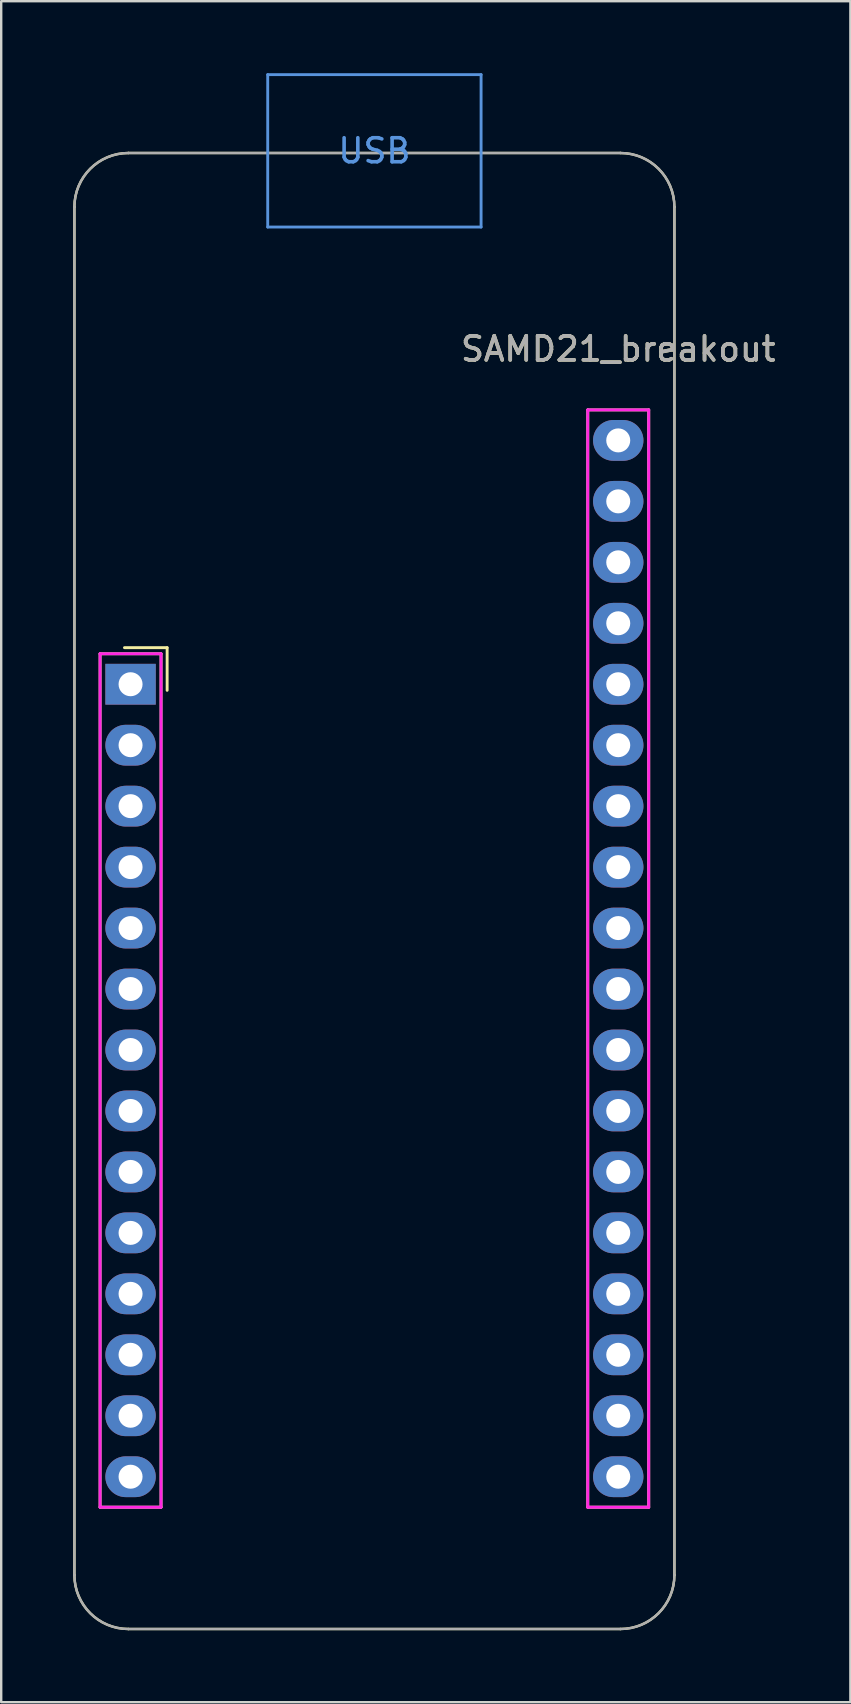
<source format=kicad_pcb>
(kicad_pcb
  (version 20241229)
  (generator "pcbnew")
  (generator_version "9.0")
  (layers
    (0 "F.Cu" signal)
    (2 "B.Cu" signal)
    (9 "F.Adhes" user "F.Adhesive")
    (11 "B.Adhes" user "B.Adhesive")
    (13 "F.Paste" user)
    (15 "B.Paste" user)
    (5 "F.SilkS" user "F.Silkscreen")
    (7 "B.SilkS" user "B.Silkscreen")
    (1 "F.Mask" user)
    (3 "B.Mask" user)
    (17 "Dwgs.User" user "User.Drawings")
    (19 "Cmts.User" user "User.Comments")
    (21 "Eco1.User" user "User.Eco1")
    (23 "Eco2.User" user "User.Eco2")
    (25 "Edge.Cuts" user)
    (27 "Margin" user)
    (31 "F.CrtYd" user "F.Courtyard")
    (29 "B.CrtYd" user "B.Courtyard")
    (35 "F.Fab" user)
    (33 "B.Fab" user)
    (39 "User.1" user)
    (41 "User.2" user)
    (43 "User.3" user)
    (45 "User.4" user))
  (footprint "SAMD21_breakout"
    (layer "F.Cu")
    (at 2.39 25.46)
    (property "Reference" "SAMD21_breakout" (at 20.32 -13.97 0) (layer "F.SilkS") (effects (font (size 1 1) (thickness 0.15))))
    (attr through_hole)
    (fp_line (start -2.34 -19.885) (end -2.34 37.115) (stroke (width 0.1) (type solid)) (layer "F.SilkS"))
    (fp_line (start -1.27 -1.27) (end -1.27 34.29) (stroke (width 0.12) (type solid)) (layer "F.SilkS"))
    (fp_line (start -1.27 34.29) (end 1.27 34.29) (stroke (width 0.12) (type solid)) (layer "F.SilkS"))
    (fp_line (start -0.254 -1.524) (end 1.524 -1.524) (stroke (width 0.12) (type solid)) (layer "F.SilkS"))
    (fp_line (start -0.09 39.365) (end 20.41 39.365) (stroke (width 0.1) (type solid)) (layer "F.SilkS"))
    (fp_line (start 1.27 -1.27) (end -1.27 -1.27) (stroke (width 0.12) (type solid)) (layer "F.SilkS"))
    (fp_line (start 1.27 34.29) (end 1.27 -1.27) (stroke (width 0.12) (type solid)) (layer "F.SilkS"))
    (fp_line (start 1.524 0.254) (end 1.524 -1.524) (stroke (width 0.12) (type solid)) (layer "F.SilkS"))
    (fp_line (start 19.05 34.29) (end 19.05 -11.43) (stroke (width 0.12) (type solid)) (layer "F.SilkS"))
    (fp_line (start 19.05 34.29) (end 21.59 34.29) (stroke (width 0.12) (type solid)) (layer "F.SilkS"))
    (fp_line (start 20.41 -22.135) (end -0.09 -22.135) (stroke (width 0.1) (type solid)) (layer "F.SilkS"))
    (fp_line (start 21.59 -11.43) (end 19.05 -11.43) (stroke (width 0.12) (type solid)) (layer "F.SilkS"))
    (fp_line (start 21.59 -11.43) (end 21.59 34.29) (stroke (width 0.12) (type solid)) (layer "F.SilkS"))
    (fp_line (start 22.66 37.115) (end 22.66 -19.885) (stroke (width 0.1) (type solid)) (layer "F.SilkS"))
    (fp_arc (start -2.34 -19.8848) (mid -1.68099 -21.47579) (end -0.09 -22.1348) (stroke (width 0.1) (type solid)) (layer "F.SilkS"))
    (fp_arc (start -0.09 39.3652) (mid -1.68099 38.70619) (end -2.34 37.1152) (stroke (width 0.1) (type solid)) (layer "F.SilkS"))
    (fp_arc (start 20.41 -22.1348) (mid 22.00099 -21.47579) (end 22.66 -19.8848) (stroke (width 0.1) (type solid)) (layer "F.SilkS"))
    (fp_arc (start 22.66 37.1152) (mid 22.00099 38.70619) (end 20.41 39.3652) (stroke (width 0.1) (type solid)) (layer "F.SilkS"))
    (fp_rect (start 5.715 -25.4) (end 5.715 -19.05) (stroke (width 0.12) (type solid)) (fill no) (layer "Cmts.User"))
    (fp_rect (start 5.715 -19.05) (end 14.605 -19.05) (stroke (width 0.12) (type solid)) (fill no) (layer "Cmts.User"))
    (fp_rect (start 14.605 -25.4) (end 5.715 -25.4) (stroke (width 0.12) (type solid)) (fill no) (layer "Cmts.User"))
    (fp_rect (start 14.605 -19.05) (end 14.605 -25.4) (stroke (width 0.12) (type solid)) (fill no) (layer "Cmts.User"))
    (fp_line (start -1.27 -1.27) (end 1.27 -1.27) (stroke (width 0.12) (type solid)) (layer "F.CrtYd"))
    (fp_line (start -1.27 34.29) (end -1.27 -1.27) (stroke (width 0.12) (type solid)) (layer "F.CrtYd"))
    (fp_line (start 1.27 -1.27) (end 1.27 34.29) (stroke (width 0.12) (type solid)) (layer "F.CrtYd"))
    (fp_line (start 1.27 34.29) (end -1.27 34.29) (stroke (width 0.12) (type solid)) (layer "F.CrtYd"))
    (fp_line (start 19.05 -11.43) (end 21.59 -11.43) (stroke (width 0.12) (type solid)) (layer "F.CrtYd"))
    (fp_line (start 19.05 34.29) (end 19.05 -11.43) (stroke (width 0.12) (type solid)) (layer "F.CrtYd"))
    (fp_line (start 21.59 -11.43) (end 21.59 34.29) (stroke (width 0.12) (type solid)) (layer "F.CrtYd"))
    (fp_line (start 21.59 34.29) (end 19.05 34.29) (stroke (width 0.12) (type solid)) (layer "F.CrtYd"))
    (fp_line (start -2.34 -19.885) (end -2.34 37.115) (stroke (width 0.1) (type solid)) (layer "F.Fab"))
    (fp_line (start -0.09 39.365) (end 20.41 39.365) (stroke (width 0.1) (type solid)) (layer "F.Fab"))
    (fp_line (start 20.41 -22.135) (end -0.09 -22.135) (stroke (width 0.1) (type solid)) (layer "F.Fab"))
    (fp_line (start 22.66 37.115) (end 22.66 -19.885) (stroke (width 0.1) (type solid)) (layer "F.Fab"))
    (fp_arc (start -2.34 -19.8848) (mid -1.68099 -21.47579) (end -0.09 -22.1348) (stroke (width 0.1) (type solid)) (layer "F.Fab"))
    (fp_arc (start -0.09 39.3652) (mid -1.68099 38.70619) (end -2.34 37.1152) (stroke (width 0.1) (type solid)) (layer "F.Fab"))
    (fp_arc (start 20.41 -22.1348) (mid 22.00099 -21.47579) (end 22.66 -19.8848) (stroke (width 0.1) (type solid)) (layer "F.Fab"))
    (fp_arc (start 22.66 37.1152) (mid 22.00099 38.70619) (end 20.41 39.3652) (stroke (width 0.1) (type solid)) (layer "F.Fab"))
    (fp_text user "USB" (at 10.16 -22.225 0) (unlocked yes) (layer "Cmts.User") (effects (font (size 1 1) (thickness 0.15))))
    (fp_text user "${REFERENCE}" (at 20.32 -13.97 0) (layer "F.Fab") (effects (font (size 1 1) (thickness 0.15))))
    (pad "1" thru_hole rect (at 0 0) (size 2.1 1.7) (drill 1) (layers "*.Cu" "*.Mask"))
    (pad "2" thru_hole oval (at 0 2.54) (size 2.1 1.7) (drill 1) (layers "*.Cu" "*.Mask"))
    (pad "3" thru_hole oval (at 0 5.08) (size 2.1 1.7) (drill 1) (layers "*.Cu" "*.Mask"))
    (pad "4" thru_hole oval (at 0 7.62) (size 2.1 1.7) (drill 1) (layers "*.Cu" "*.Mask"))
    (pad "5" thru_hole oval (at 0 10.16) (size 2.1 1.7) (drill 1) (layers "*.Cu" "*.Mask"))
    (pad "6" thru_hole oval (at 0 12.7) (size 2.1 1.7) (drill 1) (layers "*.Cu" "*.Mask"))
    (pad "7" thru_hole oval (at 0 15.24) (size 2.1 1.7) (drill 1) (layers "*.Cu" "*.Mask"))
    (pad "8" thru_hole oval (at 0 17.78) (size 2.1 1.7) (drill 1) (layers "*.Cu" "*.Mask"))
    (pad "9" thru_hole oval (at 0 20.32) (size 2.1 1.7) (drill 1) (layers "*.Cu" "*.Mask"))
    (pad "10" thru_hole oval (at 0 22.86) (size 2.1 1.7) (drill 1) (layers "*.Cu" "*.Mask"))
    (pad "11" thru_hole oval (at 0 25.4) (size 2.1 1.7) (drill 1) (layers "*.Cu" "*.Mask"))
    (pad "12" thru_hole oval (at 0 27.94) (size 2.1 1.7) (drill 1) (layers "*.Cu" "*.Mask"))
    (pad "13" thru_hole oval (at 0 30.48) (size 2.1 1.7) (drill 1) (layers "*.Cu" "*.Mask"))
    (pad "14" thru_hole oval (at 0 33.02) (size 2.1 1.7) (drill 1) (layers "*.Cu" "*.Mask"))
    (pad "15" thru_hole oval (at 20.32 33.02) (size 2.1 1.7) (drill 1) (layers "*.Cu" "*.Mask"))
    (pad "16" thru_hole oval (at 20.32 30.48) (size 2.1 1.7) (drill 1) (layers "*.Cu" "*.Mask"))
    (pad "17" thru_hole oval (at 20.32 27.94) (size 2.1 1.7) (drill 1) (layers "*.Cu" "*.Mask"))
    (pad "18" thru_hole oval (at 20.32 25.4) (size 2.1 1.7) (drill 1) (layers "*.Cu" "*.Mask"))
    (pad "19" thru_hole oval (at 20.32 22.86) (size 2.1 1.7) (drill 1) (layers "*.Cu" "*.Mask"))
    (pad "20" thru_hole oval (at 20.32 20.32) (size 2.1 1.7) (drill 1) (layers "*.Cu" "*.Mask"))
    (pad "21" thru_hole oval (at 20.32 17.78) (size 2.1 1.7) (drill 1) (layers "*.Cu" "*.Mask"))
    (pad "22" thru_hole oval (at 20.32 15.24) (size 2.1 1.7) (drill 1) (layers "*.Cu" "*.Mask"))
    (pad "23" thru_hole oval (at 20.32 12.7) (size 2.1 1.7) (drill 1) (layers "*.Cu" "*.Mask"))
    (pad "24" thru_hole oval (at 20.32 10.16) (size 2.1 1.7) (drill 1) (layers "*.Cu" "*.Mask"))
    (pad "25" thru_hole oval (at 20.32 7.62) (size 2.1 1.7) (drill 1) (layers "*.Cu" "*.Mask"))
    (pad "26" thru_hole oval (at 20.32 5.08) (size 2.1 1.7) (drill 1) (layers "*.Cu" "*.Mask"))
    (pad "27" thru_hole oval (at 20.32 2.54) (size 2.1 1.7) (drill 1) (layers "*.Cu" "*.Mask"))
    (pad "28" thru_hole oval (at 20.32 0) (size 2.1 1.7) (drill 1) (layers "*.Cu" "*.Mask"))
    (pad "29" thru_hole oval (at 20.32 -2.54) (size 2.1 1.7) (drill 1) (layers "*.Cu" "*.Mask"))
    (pad "30" thru_hole oval (at 20.32 -5.08) (size 2.1 1.7) (drill 1) (layers "*.Cu" "*.Mask"))
    (pad "31" thru_hole oval (at 20.32 -7.62) (size 2.1 1.7) (drill 1) (layers "*.Cu" "*.Mask"))
    (pad "32" thru_hole oval (at 20.32 -10.16) (size 2.1 1.7) (drill 1) (layers "*.Cu" "*.Mask")))
  (gr_rect
    (start -3 -3)
    (end 32.383 67.875)
    (stroke (width 0.1) (type default))
    (fill no)
    (layer "Edge.Cuts")))
</source>
